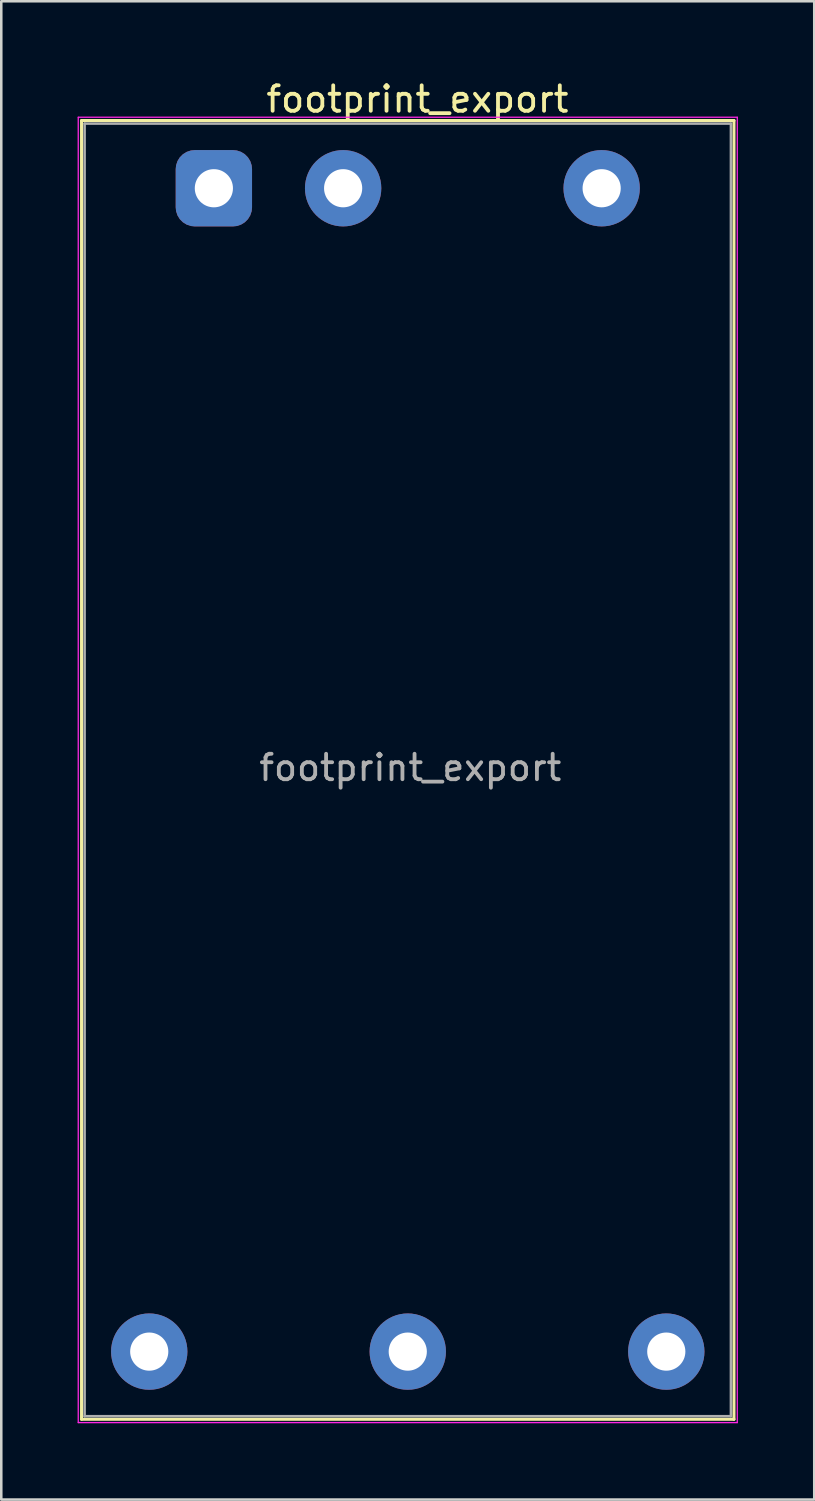
<source format=kicad_pcb>
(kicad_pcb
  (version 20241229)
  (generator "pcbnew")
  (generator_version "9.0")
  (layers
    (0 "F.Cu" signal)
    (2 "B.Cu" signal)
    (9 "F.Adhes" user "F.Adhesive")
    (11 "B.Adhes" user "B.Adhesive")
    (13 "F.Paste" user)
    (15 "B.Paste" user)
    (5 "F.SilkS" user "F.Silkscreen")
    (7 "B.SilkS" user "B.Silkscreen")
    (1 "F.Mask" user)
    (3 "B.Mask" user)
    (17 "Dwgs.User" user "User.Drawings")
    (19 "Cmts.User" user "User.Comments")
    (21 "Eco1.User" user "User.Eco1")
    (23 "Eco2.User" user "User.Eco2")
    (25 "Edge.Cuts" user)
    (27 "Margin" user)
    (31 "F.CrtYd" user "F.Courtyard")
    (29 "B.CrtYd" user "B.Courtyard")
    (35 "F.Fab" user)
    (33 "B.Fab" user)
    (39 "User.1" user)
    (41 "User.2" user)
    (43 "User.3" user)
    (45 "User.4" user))
  (footprint "footprint_export"
    (layer "F.Cu")
    (at 5.355 4.348)
    (property "Reference" "footprint_export" (at 8 -3.5 0) (layer "F.SilkS") (effects (font (size 1 1) (thickness 0.15))))
    (attr through_hole)
    (fp_line (start -5.2 -2.66) (end 20.44 -2.66) (stroke (width 0.12) (type solid)) (layer "F.SilkS"))
    (fp_line (start -5.2 48.38) (end -5.2 -2.66) (stroke (width 0.12) (type solid)) (layer "F.SilkS"))
    (fp_line (start 20.44 -2.66) (end 20.44 48.38) (stroke (width 0.12) (type solid)) (layer "F.SilkS"))
    (fp_line (start 20.44 48.38) (end -5.2 48.38) (stroke (width 0.12) (type solid)) (layer "F.SilkS"))
    (fp_line (start -5.33 -2.79) (end 20.57 -2.79) (stroke (width 0.05) (type solid)) (layer "F.CrtYd"))
    (fp_line (start -5.33 48.51) (end -5.33 -2.79) (stroke (width 0.05) (type solid)) (layer "F.CrtYd"))
    (fp_line (start 20.57 -2.79) (end 20.57 48.51) (stroke (width 0.05) (type solid)) (layer "F.CrtYd"))
    (fp_line (start 20.57 48.51) (end -5.33 48.51) (stroke (width 0.05) (type solid)) (layer "F.CrtYd"))
    (fp_line (start -5.08 -2.54) (end 20.32 -2.54) (stroke (width 0.1) (type solid)) (layer "F.Fab"))
    (fp_line (start -5.08 48.26) (end -5.08 -2.54) (stroke (width 0.1) (type solid)) (layer "F.Fab"))
    (fp_line (start -5.08 48.26) (end 20.32 48.26) (stroke (width 0.1) (type solid)) (layer "F.Fab"))
    (fp_line (start 20.32 48.26) (end 20.32 -2.54) (stroke (width 0.1) (type solid)) (layer "F.Fab"))
    (fp_text user "${REFERENCE}" (at 7.72 22.77 0) (layer "F.Fab") (effects (font (size 1 1) (thickness 0.15))))
    (pad "1" thru_hole roundrect (at 0 0) (size 3 3) (drill 1.5) (layers "*.Cu" "*.Mask") (roundrect_rratio 0.25))
    (pad "2" thru_hole circle (at 5.08 0) (size 3 3) (drill 1.5) (layers "*.Cu" "*.Mask"))
    (pad "3" thru_hole circle (at 15.24 0) (size 3 3) (drill 1.5) (layers "*.Cu" "*.Mask"))
    (pad "4" thru_hole circle (at 17.78 45.72) (size 3 3) (drill 1.5) (layers "*.Cu" "*.Mask"))
    (pad "5" thru_hole circle (at 7.62 45.72) (size 3 3) (drill 1.5) (layers "*.Cu" "*.Mask"))
    (pad "6" thru_hole circle (at -2.54 45.72) (size 3 3) (drill 1.5) (layers "*.Cu" "*.Mask")))
  (gr_rect
    (start -3 -3)
    (end 28.95 55.883)
    (stroke (width 0.1) (type default))
    (fill no)
    (layer "Edge.Cuts")))
</source>
